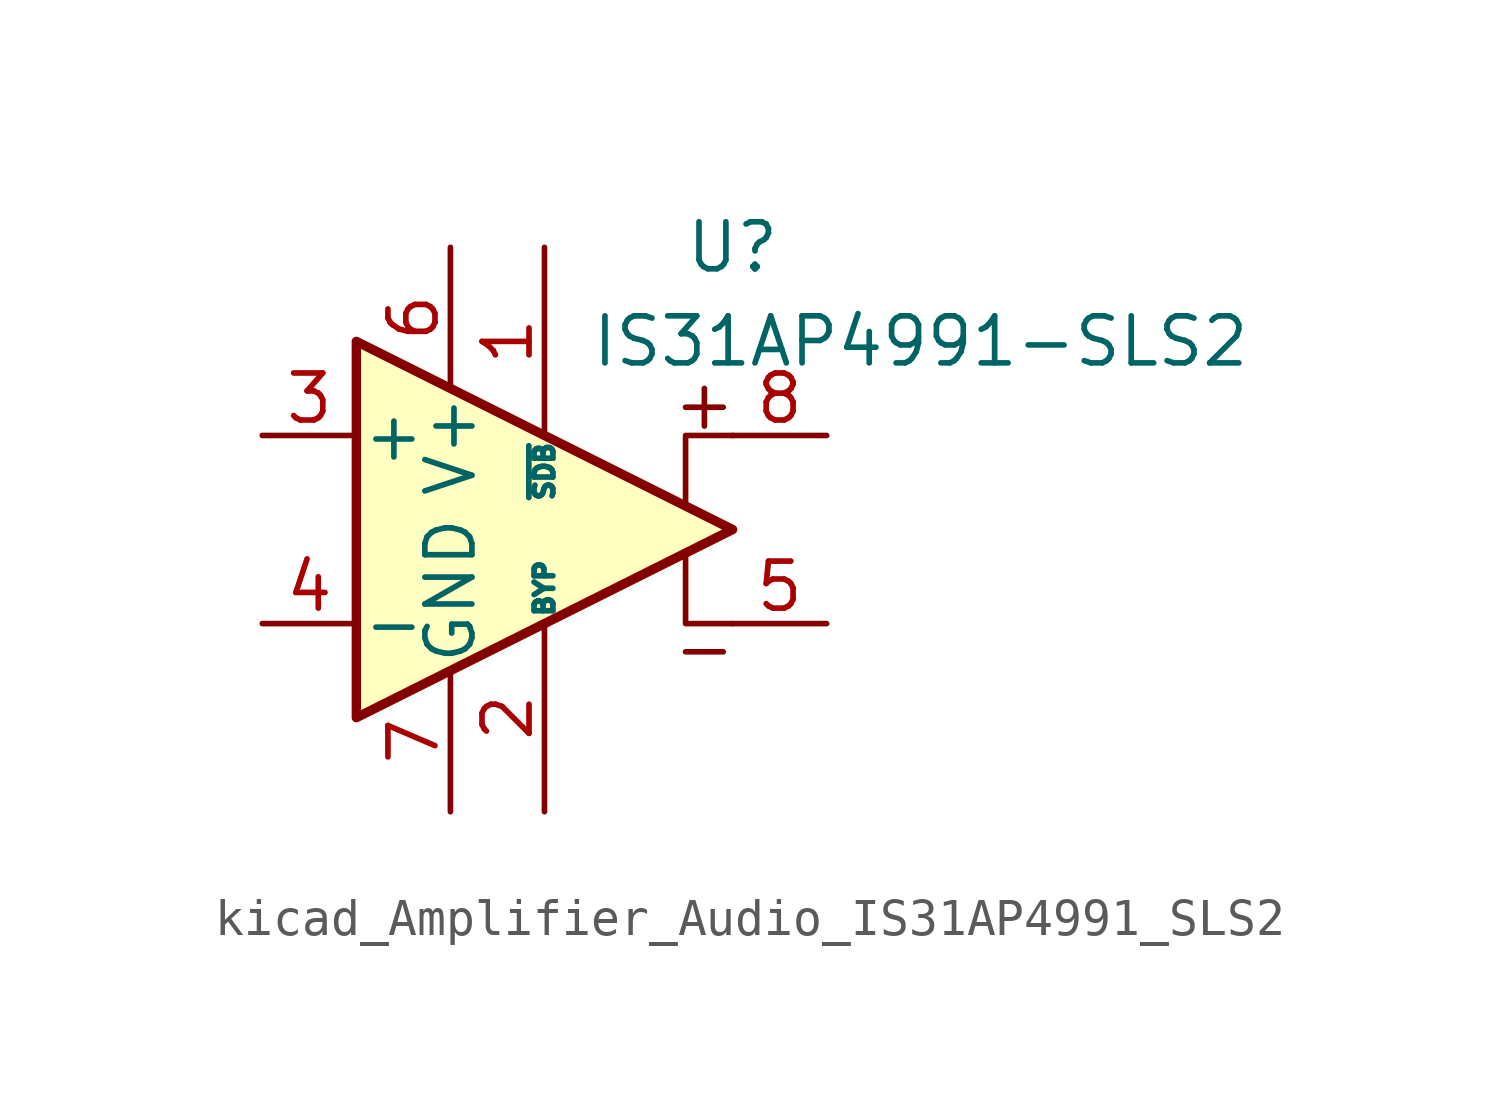
<source format=kicad_sym>
(kicad_symbol_lib
  (version 20220914)
  (generator kicad_symbol_editor)
  (symbol "kicad_Amplifier_Audio_IS31AP4991_SLS2"
    (pin_names
      (offset 0.127))
    (property "Reference" "U"
      (at 5.08 7.62 0)
      (effects (font (size 1.27 1.27))))
    (property "Value" "IS31AP4991-SLS2"
      (at 10.16 5.08 0)
      (effects (font (size 1.27 1.27))))
    (symbol "kicad_Amplifier_Audio_IS31AP4991_SLS2_0_1"
      (polyline (pts (xy 3.81 -3.302) (xy 4.826 -3.302)) (stroke (width 0) (type default)) (fill (type none)))
      (polyline (pts (xy 3.81 3.302) (xy 4.826 3.302)) (stroke (width 0) (type default)) (fill (type none)))
      (polyline (pts (xy 4.318 2.794) (xy 4.318 3.81)) (stroke (width 0) (type default)) (fill (type none))))
    (symbol "kicad_Amplifier_Audio_IS31AP4991_SLS2_1_1"
      (polyline (pts (xy 3.81 -0.635) (xy 3.81 -2.54) (xy 5.08 -2.54)) (stroke (width 0) (type default)) (fill (type none)))
      (polyline (pts (xy 5.08 2.54) (xy 3.81 2.54) (xy 3.81 0.635)) (stroke (width 0) (type default)) (fill (type none)))
      (polyline (pts (xy -5.08 5.08) (xy 5.08 0) (xy -5.08 -5.08) (xy -5.08 5.08)) (stroke (width 0.254) (type default)) (fill (type background)))
      (pin input line (at 0 7.62 270) (length 5.08) (name "~{SDB}" (effects (font (size 0.508 0.508)))) (number "1" (effects (font (size 1.27 1.27)))))
      (pin passive line (at 0 -7.62 90) (length 5.08) (name "BYP" (effects (font (size 0.508 0.508)))) (number "2" (effects (font (size 1.27 1.27)))))
      (pin input line (at -7.62 2.54 0) (length 2.54) (name "+" (effects (font (size 1.27 1.27)))) (number "3" (effects (font (size 1.27 1.27)))))
      (pin input line (at -7.62 -2.54 0) (length 2.54) (name "-" (effects (font (size 1.27 1.27)))) (number "4" (effects (font (size 1.27 1.27)))))
      (pin output line (at 7.62 -2.54 180) (length 2.54) (name "~" (effects (font (size 1.27 1.27)))) (number "5" (effects (font (size 1.27 1.27)))))
      (pin power_in line (at -2.54 7.62 270) (length 3.81) (name "V+" (effects (font (size 1.27 1.27)))) (number "6" (effects (font (size 1.27 1.27)))))
      (pin power_in line (at -2.54 -7.62 90) (length 3.81) (name "GND" (effects (font (size 1.27 1.27)))) (number "7" (effects (font (size 1.27 1.27)))))
      (pin output line (at 7.62 2.54 180) (length 2.54) (name "~" (effects (font (size 1.27 1.27)))) (number "8" (effects (font (size 1.27 1.27))))))))
</source>
